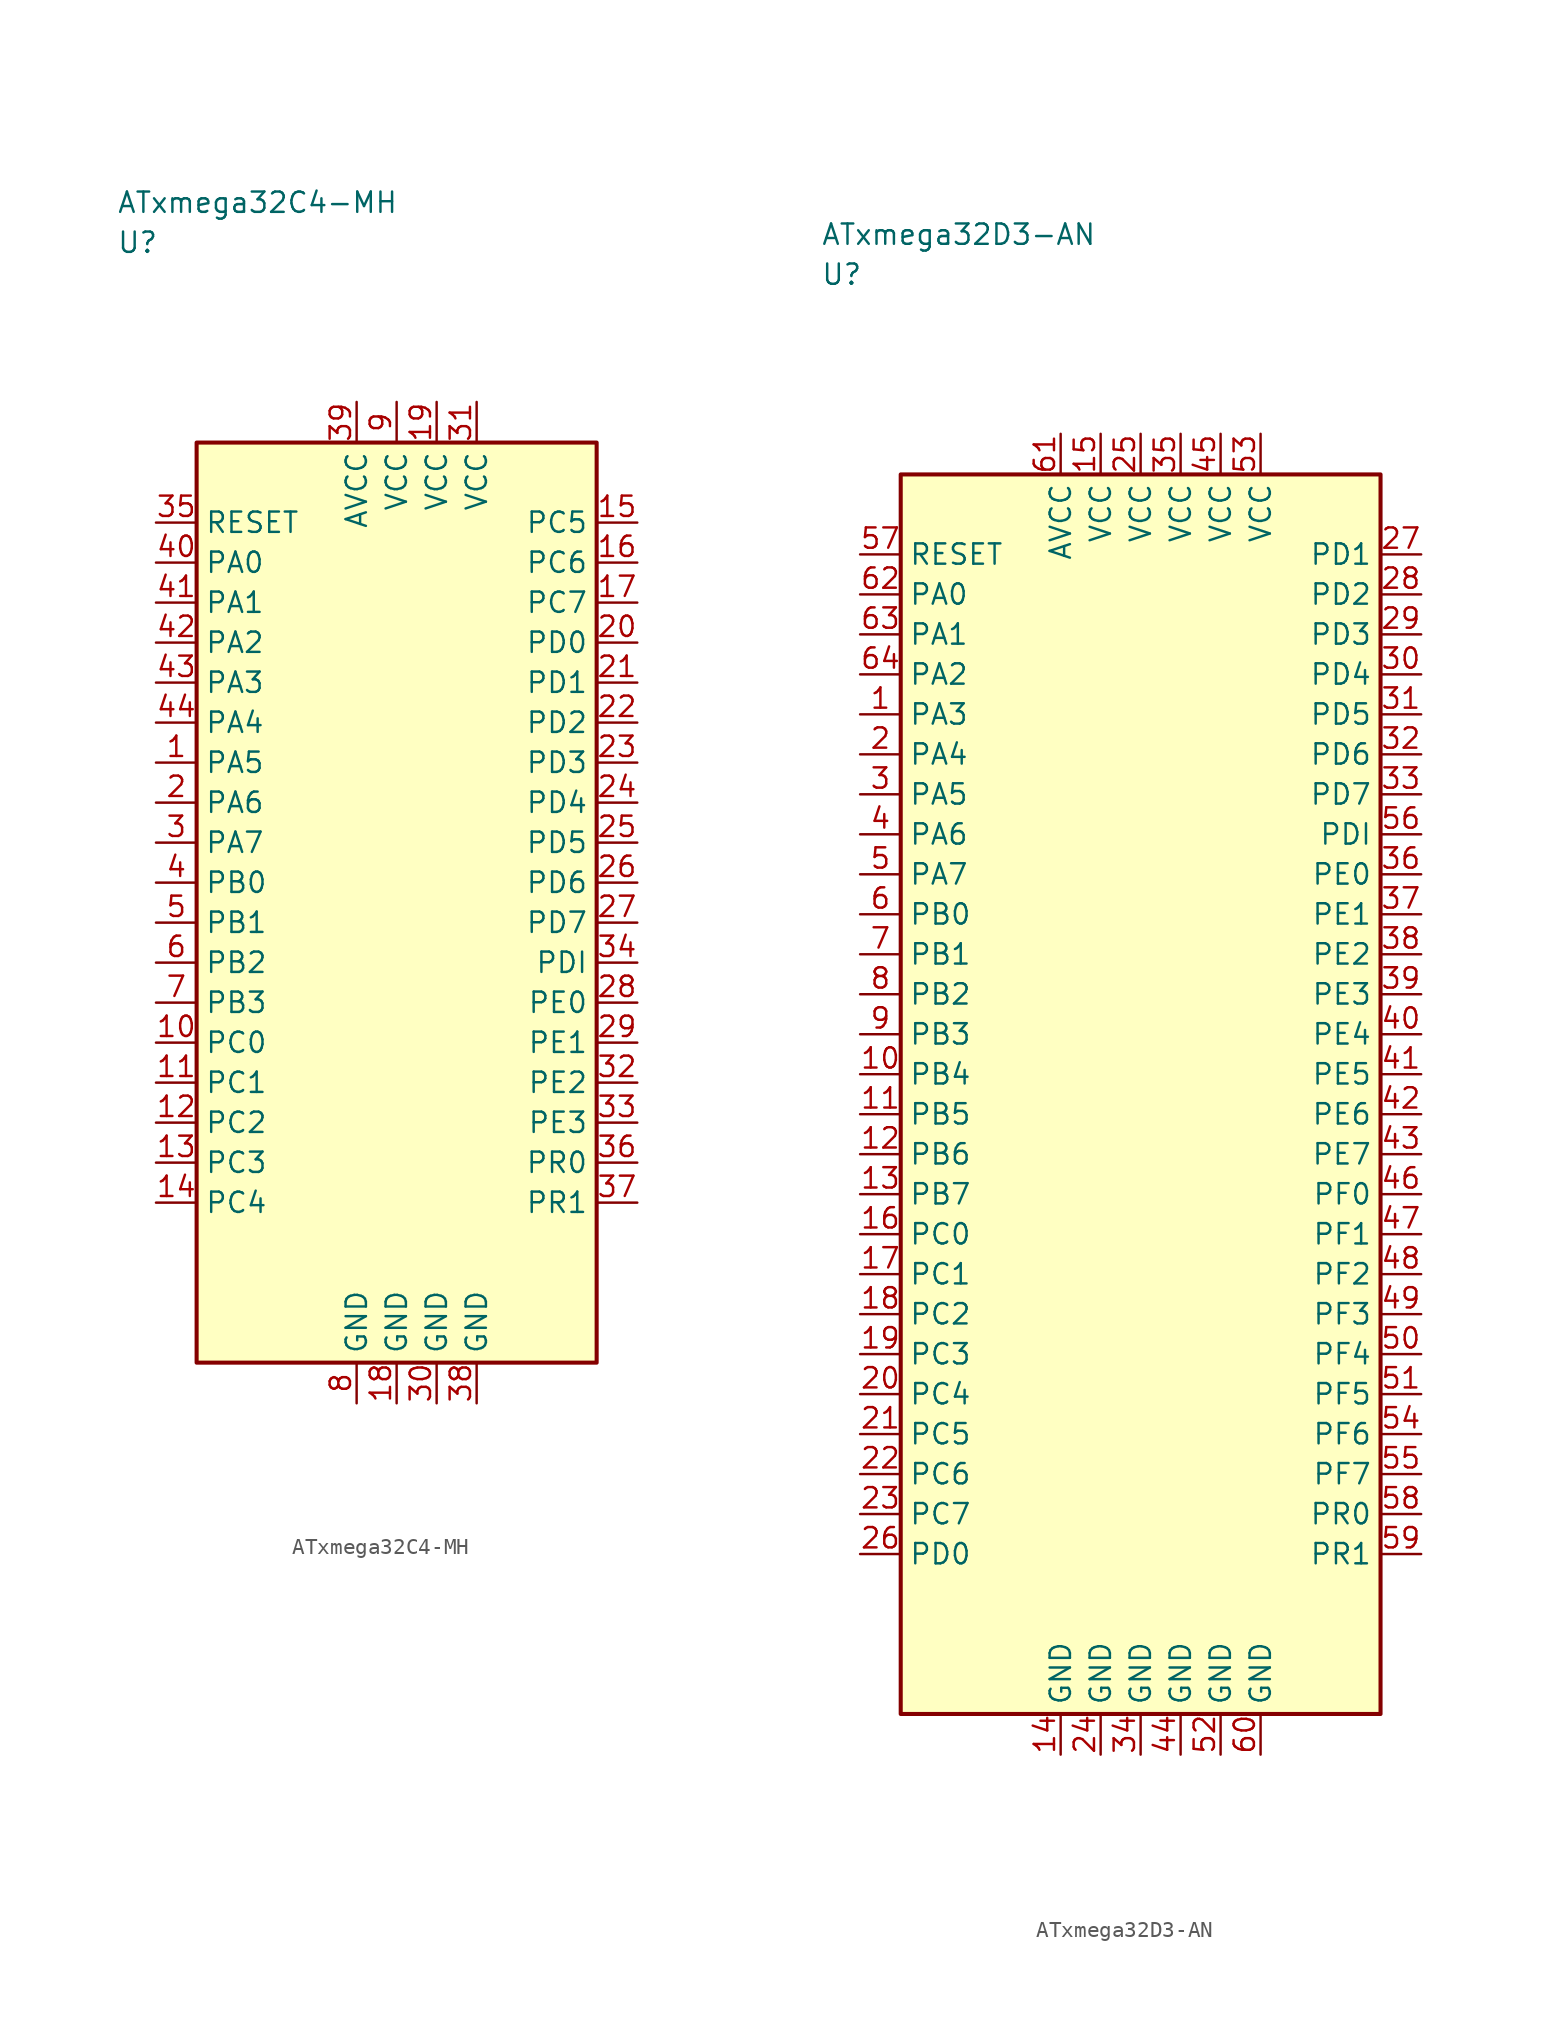
<source format=kicad_sym>
(kicad_symbol_lib
  (version 20241025)
  (generator "kicad_symbol_editor")
  (generator_version "8.0")
  (symbol "ATxmega32C4-MH"
    (property "Reference" "U"
      (at -17.5 41.25 0)
      (effects (font (size 1.27 1.27)) (justify left)))
    (property "Value" "ATxmega32C4-MH"
      (at -17.5 43.75 0)
      (effects (font (size 1.27 1.27)) (justify left)))
    (symbol "ATxmega32C4-MH_0_1"
      (rectangle (start -12.5 28.75) (end 12.5 -28.75) (stroke (width 0.254) (type default)) (fill (type background))))
    (symbol "ATxmega32C4-MH_1_1"
      (pin bidirectional line (at -15.04 8.75 0.0) (length 2.54) (name "PA5" (effects (font (size 1.27 1.27)))) (number "1" (effects (font (size 1.27 1.27)))))
      (pin bidirectional line (at -15.04 6.25 0.0) (length 2.54) (name "PA6" (effects (font (size 1.27 1.27)))) (number "2" (effects (font (size 1.27 1.27)))))
      (pin bidirectional line (at -15.04 3.75 0.0) (length 2.54) (name "PA7" (effects (font (size 1.27 1.27)))) (number "3" (effects (font (size 1.27 1.27)))))
      (pin bidirectional line (at -15.04 1.25 0.0) (length 2.54) (name "PB0" (effects (font (size 1.27 1.27)))) (number "4" (effects (font (size 1.27 1.27)))))
      (pin bidirectional line (at -15.04 -1.25 0.0) (length 2.54) (name "PB1" (effects (font (size 1.27 1.27)))) (number "5" (effects (font (size 1.27 1.27)))))
      (pin bidirectional line (at -15.04 -3.75 0.0) (length 2.54) (name "PB2" (effects (font (size 1.27 1.27)))) (number "6" (effects (font (size 1.27 1.27)))))
      (pin bidirectional line (at -15.04 -6.25 0.0) (length 2.54) (name "PB3" (effects (font (size 1.27 1.27)))) (number "7" (effects (font (size 1.27 1.27)))))
      (pin passive line (at -2.5 -31.29 90.0) (length 2.54) (name "GND" (effects (font (size 1.27 1.27)))) (number "8" (effects (font (size 1.27 1.27)))))
      (pin power_in line (at 0.0 31.29 270.0) (length 2.54) (name "VCC" (effects (font (size 1.27 1.27)))) (number "9" (effects (font (size 1.27 1.27)))))
      (pin bidirectional line (at -15.04 -8.75 0.0) (length 2.54) (name "PC0" (effects (font (size 1.27 1.27)))) (number "10" (effects (font (size 1.27 1.27)))))
      (pin bidirectional line (at -15.04 -11.25 0.0) (length 2.54) (name "PC1" (effects (font (size 1.27 1.27)))) (number "11" (effects (font (size 1.27 1.27)))))
      (pin bidirectional line (at -15.04 -13.75 0.0) (length 2.54) (name "PC2" (effects (font (size 1.27 1.27)))) (number "12" (effects (font (size 1.27 1.27)))))
      (pin bidirectional line (at -15.04 -16.25 0.0) (length 2.54) (name "PC3" (effects (font (size 1.27 1.27)))) (number "13" (effects (font (size 1.27 1.27)))))
      (pin bidirectional line (at -15.04 -18.75 0.0) (length 2.54) (name "PC4" (effects (font (size 1.27 1.27)))) (number "14" (effects (font (size 1.27 1.27)))))
      (pin bidirectional line (at 15.04 23.75 180.0) (length 2.54) (name "PC5" (effects (font (size 1.27 1.27)))) (number "15" (effects (font (size 1.27 1.27)))))
      (pin bidirectional line (at 15.04 21.25 180.0) (length 2.54) (name "PC6" (effects (font (size 1.27 1.27)))) (number "16" (effects (font (size 1.27 1.27)))))
      (pin bidirectional line (at 15.04 18.75 180.0) (length 2.54) (name "PC7" (effects (font (size 1.27 1.27)))) (number "17" (effects (font (size 1.27 1.27)))))
      (pin passive line (at 0.0 -31.29 90.0) (length 2.54) (name "GND" (effects (font (size 1.27 1.27)))) (number "18" (effects (font (size 1.27 1.27)))))
      (pin power_in line (at 2.5 31.29 270.0) (length 2.54) (name "VCC" (effects (font (size 1.27 1.27)))) (number "19" (effects (font (size 1.27 1.27)))))
      (pin bidirectional line (at 15.04 16.25 180.0) (length 2.54) (name "PD0" (effects (font (size 1.27 1.27)))) (number "20" (effects (font (size 1.27 1.27)))))
      (pin bidirectional line (at 15.04 13.75 180.0) (length 2.54) (name "PD1" (effects (font (size 1.27 1.27)))) (number "21" (effects (font (size 1.27 1.27)))))
      (pin bidirectional line (at 15.04 11.25 180.0) (length 2.54) (name "PD2" (effects (font (size 1.27 1.27)))) (number "22" (effects (font (size 1.27 1.27)))))
      (pin bidirectional line (at 15.04 8.75 180.0) (length 2.54) (name "PD3" (effects (font (size 1.27 1.27)))) (number "23" (effects (font (size 1.27 1.27)))))
      (pin bidirectional line (at 15.04 6.25 180.0) (length 2.54) (name "PD4" (effects (font (size 1.27 1.27)))) (number "24" (effects (font (size 1.27 1.27)))))
      (pin bidirectional line (at 15.04 3.75 180.0) (length 2.54) (name "PD5" (effects (font (size 1.27 1.27)))) (number "25" (effects (font (size 1.27 1.27)))))
      (pin bidirectional line (at 15.04 1.25 180.0) (length 2.54) (name "PD6" (effects (font (size 1.27 1.27)))) (number "26" (effects (font (size 1.27 1.27)))))
      (pin bidirectional line (at 15.04 -1.25 180.0) (length 2.54) (name "PD7" (effects (font (size 1.27 1.27)))) (number "27" (effects (font (size 1.27 1.27)))))
      (pin bidirectional line (at 15.04 -6.25 180.0) (length 2.54) (name "PE0" (effects (font (size 1.27 1.27)))) (number "28" (effects (font (size 1.27 1.27)))))
      (pin bidirectional line (at 15.04 -8.75 180.0) (length 2.54) (name "PE1" (effects (font (size 1.27 1.27)))) (number "29" (effects (font (size 1.27 1.27)))))
      (pin passive line (at 2.5 -31.29 90.0) (length 2.54) (name "GND" (effects (font (size 1.27 1.27)))) (number "30" (effects (font (size 1.27 1.27)))))
      (pin power_in line (at 5.0 31.29 270.0) (length 2.54) (name "VCC" (effects (font (size 1.27 1.27)))) (number "31" (effects (font (size 1.27 1.27)))))
      (pin bidirectional line (at 15.04 -11.25 180.0) (length 2.54) (name "PE2" (effects (font (size 1.27 1.27)))) (number "32" (effects (font (size 1.27 1.27)))))
      (pin bidirectional line (at 15.04 -13.75 180.0) (length 2.54) (name "PE3" (effects (font (size 1.27 1.27)))) (number "33" (effects (font (size 1.27 1.27)))))
      (pin bidirectional line (at 15.04 -3.75 180.0) (length 2.54) (name "PDI" (effects (font (size 1.27 1.27)))) (number "34" (effects (font (size 1.27 1.27)))))
      (pin input line (at -15.04 23.75 0.0) (length 2.54) (name "RESET" (effects (font (size 1.27 1.27)))) (number "35" (effects (font (size 1.27 1.27)))))
      (pin bidirectional line (at 15.04 -16.25 180.0) (length 2.54) (name "PR0" (effects (font (size 1.27 1.27)))) (number "36" (effects (font (size 1.27 1.27)))))
      (pin bidirectional line (at 15.04 -18.75 180.0) (length 2.54) (name "PR1" (effects (font (size 1.27 1.27)))) (number "37" (effects (font (size 1.27 1.27)))))
      (pin passive line (at 5.0 -31.29 90.0) (length 2.54) (name "GND" (effects (font (size 1.27 1.27)))) (number "38" (effects (font (size 1.27 1.27)))))
      (pin power_in line (at -2.5 31.29 270.0) (length 2.54) (name "AVCC" (effects (font (size 1.27 1.27)))) (number "39" (effects (font (size 1.27 1.27)))))
      (pin bidirectional line (at -15.04 21.25 0.0) (length 2.54) (name "PA0" (effects (font (size 1.27 1.27)))) (number "40" (effects (font (size 1.27 1.27)))))
      (pin bidirectional line (at -15.04 18.75 0.0) (length 2.54) (name "PA1" (effects (font (size 1.27 1.27)))) (number "41" (effects (font (size 1.27 1.27)))))
      (pin bidirectional line (at -15.04 16.25 0.0) (length 2.54) (name "PA2" (effects (font (size 1.27 1.27)))) (number "42" (effects (font (size 1.27 1.27)))))
      (pin bidirectional line (at -15.04 13.75 0.0) (length 2.54) (name "PA3" (effects (font (size 1.27 1.27)))) (number "43" (effects (font (size 1.27 1.27)))))
      (pin bidirectional line (at -15.04 11.25 0.0) (length 2.54) (name "PA4" (effects (font (size 1.27 1.27)))) (number "44" (effects (font (size 1.27 1.27)))))))
  (symbol "ATxmega32D3-AN"
    (property "Reference" "U"
      (at -20.0 51.25 0)
      (effects (font (size 1.27 1.27)) (justify left)))
    (property "Value" "ATxmega32D3-AN"
      (at -20.0 53.75 0)
      (effects (font (size 1.27 1.27)) (justify left)))
    (symbol "ATxmega32D3-AN_0_1"
      (rectangle (start -15.0 38.75) (end 15.0 -38.75) (stroke (width 0.254) (type default)) (fill (type background))))
    (symbol "ATxmega32D3-AN_1_1"
      (pin bidirectional line (at -17.54 23.75 0.0) (length 2.54) (name "PA3" (effects (font (size 1.27 1.27)))) (number "1" (effects (font (size 1.27 1.27)))))
      (pin bidirectional line (at -17.54 21.25 0.0) (length 2.54) (name "PA4" (effects (font (size 1.27 1.27)))) (number "2" (effects (font (size 1.27 1.27)))))
      (pin bidirectional line (at -17.54 18.75 0.0) (length 2.54) (name "PA5" (effects (font (size 1.27 1.27)))) (number "3" (effects (font (size 1.27 1.27)))))
      (pin bidirectional line (at -17.54 16.25 0.0) (length 2.54) (name "PA6" (effects (font (size 1.27 1.27)))) (number "4" (effects (font (size 1.27 1.27)))))
      (pin bidirectional line (at -17.54 13.75 0.0) (length 2.54) (name "PA7" (effects (font (size 1.27 1.27)))) (number "5" (effects (font (size 1.27 1.27)))))
      (pin bidirectional line (at -17.54 11.25 0.0) (length 2.54) (name "PB0" (effects (font (size 1.27 1.27)))) (number "6" (effects (font (size 1.27 1.27)))))
      (pin bidirectional line (at -17.54 8.75 0.0) (length 2.54) (name "PB1" (effects (font (size 1.27 1.27)))) (number "7" (effects (font (size 1.27 1.27)))))
      (pin bidirectional line (at -17.54 6.25 0.0) (length 2.54) (name "PB2" (effects (font (size 1.27 1.27)))) (number "8" (effects (font (size 1.27 1.27)))))
      (pin bidirectional line (at -17.54 3.75 0.0) (length 2.54) (name "PB3" (effects (font (size 1.27 1.27)))) (number "9" (effects (font (size 1.27 1.27)))))
      (pin bidirectional line (at -17.54 1.25 0.0) (length 2.54) (name "PB4" (effects (font (size 1.27 1.27)))) (number "10" (effects (font (size 1.27 1.27)))))
      (pin bidirectional line (at -17.54 -1.25 0.0) (length 2.54) (name "PB5" (effects (font (size 1.27 1.27)))) (number "11" (effects (font (size 1.27 1.27)))))
      (pin bidirectional line (at -17.54 -3.75 0.0) (length 2.54) (name "PB6" (effects (font (size 1.27 1.27)))) (number "12" (effects (font (size 1.27 1.27)))))
      (pin bidirectional line (at -17.54 -6.25 0.0) (length 2.54) (name "PB7" (effects (font (size 1.27 1.27)))) (number "13" (effects (font (size 1.27 1.27)))))
      (pin passive line (at -5.0 -41.29 90.0) (length 2.54) (name "GND" (effects (font (size 1.27 1.27)))) (number "14" (effects (font (size 1.27 1.27)))))
      (pin power_in line (at -2.5 41.29 270.0) (length 2.54) (name "VCC" (effects (font (size 1.27 1.27)))) (number "15" (effects (font (size 1.27 1.27)))))
      (pin bidirectional line (at -17.54 -8.75 0.0) (length 2.54) (name "PC0" (effects (font (size 1.27 1.27)))) (number "16" (effects (font (size 1.27 1.27)))))
      (pin bidirectional line (at -17.54 -11.25 0.0) (length 2.54) (name "PC1" (effects (font (size 1.27 1.27)))) (number "17" (effects (font (size 1.27 1.27)))))
      (pin bidirectional line (at -17.54 -13.75 0.0) (length 2.54) (name "PC2" (effects (font (size 1.27 1.27)))) (number "18" (effects (font (size 1.27 1.27)))))
      (pin bidirectional line (at -17.54 -16.25 0.0) (length 2.54) (name "PC3" (effects (font (size 1.27 1.27)))) (number "19" (effects (font (size 1.27 1.27)))))
      (pin bidirectional line (at -17.54 -18.75 0.0) (length 2.54) (name "PC4" (effects (font (size 1.27 1.27)))) (number "20" (effects (font (size 1.27 1.27)))))
      (pin bidirectional line (at -17.54 -21.25 0.0) (length 2.54) (name "PC5" (effects (font (size 1.27 1.27)))) (number "21" (effects (font (size 1.27 1.27)))))
      (pin bidirectional line (at -17.54 -23.75 0.0) (length 2.54) (name "PC6" (effects (font (size 1.27 1.27)))) (number "22" (effects (font (size 1.27 1.27)))))
      (pin bidirectional line (at -17.54 -26.25 0.0) (length 2.54) (name "PC7" (effects (font (size 1.27 1.27)))) (number "23" (effects (font (size 1.27 1.27)))))
      (pin passive line (at -2.5 -41.29 90.0) (length 2.54) (name "GND" (effects (font (size 1.27 1.27)))) (number "24" (effects (font (size 1.27 1.27)))))
      (pin power_in line (at 0.0 41.29 270.0) (length 2.54) (name "VCC" (effects (font (size 1.27 1.27)))) (number "25" (effects (font (size 1.27 1.27)))))
      (pin bidirectional line (at -17.54 -28.75 0.0) (length 2.54) (name "PD0" (effects (font (size 1.27 1.27)))) (number "26" (effects (font (size 1.27 1.27)))))
      (pin bidirectional line (at 17.54 33.75 180.0) (length 2.54) (name "PD1" (effects (font (size 1.27 1.27)))) (number "27" (effects (font (size 1.27 1.27)))))
      (pin bidirectional line (at 17.54 31.25 180.0) (length 2.54) (name "PD2" (effects (font (size 1.27 1.27)))) (number "28" (effects (font (size 1.27 1.27)))))
      (pin bidirectional line (at 17.54 28.75 180.0) (length 2.54) (name "PD3" (effects (font (size 1.27 1.27)))) (number "29" (effects (font (size 1.27 1.27)))))
      (pin bidirectional line (at 17.54 26.25 180.0) (length 2.54) (name "PD4" (effects (font (size 1.27 1.27)))) (number "30" (effects (font (size 1.27 1.27)))))
      (pin bidirectional line (at 17.54 23.75 180.0) (length 2.54) (name "PD5" (effects (font (size 1.27 1.27)))) (number "31" (effects (font (size 1.27 1.27)))))
      (pin bidirectional line (at 17.54 21.25 180.0) (length 2.54) (name "PD6" (effects (font (size 1.27 1.27)))) (number "32" (effects (font (size 1.27 1.27)))))
      (pin bidirectional line (at 17.54 18.75 180.0) (length 2.54) (name "PD7" (effects (font (size 1.27 1.27)))) (number "33" (effects (font (size 1.27 1.27)))))
      (pin passive line (at 0.0 -41.29 90.0) (length 2.54) (name "GND" (effects (font (size 1.27 1.27)))) (number "34" (effects (font (size 1.27 1.27)))))
      (pin power_in line (at 2.5 41.29 270.0) (length 2.54) (name "VCC" (effects (font (size 1.27 1.27)))) (number "35" (effects (font (size 1.27 1.27)))))
      (pin bidirectional line (at 17.54 13.75 180.0) (length 2.54) (name "PE0" (effects (font (size 1.27 1.27)))) (number "36" (effects (font (size 1.27 1.27)))))
      (pin bidirectional line (at 17.54 11.25 180.0) (length 2.54) (name "PE1" (effects (font (size 1.27 1.27)))) (number "37" (effects (font (size 1.27 1.27)))))
      (pin bidirectional line (at 17.54 8.75 180.0) (length 2.54) (name "PE2" (effects (font (size 1.27 1.27)))) (number "38" (effects (font (size 1.27 1.27)))))
      (pin bidirectional line (at 17.54 6.25 180.0) (length 2.54) (name "PE3" (effects (font (size 1.27 1.27)))) (number "39" (effects (font (size 1.27 1.27)))))
      (pin bidirectional line (at 17.54 3.75 180.0) (length 2.54) (name "PE4" (effects (font (size 1.27 1.27)))) (number "40" (effects (font (size 1.27 1.27)))))
      (pin bidirectional line (at 17.54 1.25 180.0) (length 2.54) (name "PE5" (effects (font (size 1.27 1.27)))) (number "41" (effects (font (size 1.27 1.27)))))
      (pin bidirectional line (at 17.54 -1.25 180.0) (length 2.54) (name "PE6" (effects (font (size 1.27 1.27)))) (number "42" (effects (font (size 1.27 1.27)))))
      (pin bidirectional line (at 17.54 -3.75 180.0) (length 2.54) (name "PE7" (effects (font (size 1.27 1.27)))) (number "43" (effects (font (size 1.27 1.27)))))
      (pin passive line (at 2.5 -41.29 90.0) (length 2.54) (name "GND" (effects (font (size 1.27 1.27)))) (number "44" (effects (font (size 1.27 1.27)))))
      (pin power_in line (at 5.0 41.29 270.0) (length 2.54) (name "VCC" (effects (font (size 1.27 1.27)))) (number "45" (effects (font (size 1.27 1.27)))))
      (pin bidirectional line (at 17.54 -6.25 180.0) (length 2.54) (name "PF0" (effects (font (size 1.27 1.27)))) (number "46" (effects (font (size 1.27 1.27)))))
      (pin bidirectional line (at 17.54 -8.75 180.0) (length 2.54) (name "PF1" (effects (font (size 1.27 1.27)))) (number "47" (effects (font (size 1.27 1.27)))))
      (pin bidirectional line (at 17.54 -11.25 180.0) (length 2.54) (name "PF2" (effects (font (size 1.27 1.27)))) (number "48" (effects (font (size 1.27 1.27)))))
      (pin bidirectional line (at 17.54 -13.75 180.0) (length 2.54) (name "PF3" (effects (font (size 1.27 1.27)))) (number "49" (effects (font (size 1.27 1.27)))))
      (pin bidirectional line (at 17.54 -16.25 180.0) (length 2.54) (name "PF4" (effects (font (size 1.27 1.27)))) (number "50" (effects (font (size 1.27 1.27)))))
      (pin bidirectional line (at 17.54 -18.75 180.0) (length 2.54) (name "PF5" (effects (font (size 1.27 1.27)))) (number "51" (effects (font (size 1.27 1.27)))))
      (pin passive line (at 5.0 -41.29 90.0) (length 2.54) (name "GND" (effects (font (size 1.27 1.27)))) (number "52" (effects (font (size 1.27 1.27)))))
      (pin power_in line (at 7.5 41.29 270.0) (length 2.54) (name "VCC" (effects (font (size 1.27 1.27)))) (number "53" (effects (font (size 1.27 1.27)))))
      (pin bidirectional line (at 17.54 -21.25 180.0) (length 2.54) (name "PF6" (effects (font (size 1.27 1.27)))) (number "54" (effects (font (size 1.27 1.27)))))
      (pin bidirectional line (at 17.54 -23.75 180.0) (length 2.54) (name "PF7" (effects (font (size 1.27 1.27)))) (number "55" (effects (font (size 1.27 1.27)))))
      (pin bidirectional line (at 17.54 16.25 180.0) (length 2.54) (name "PDI" (effects (font (size 1.27 1.27)))) (number "56" (effects (font (size 1.27 1.27)))))
      (pin input line (at -17.54 33.75 0.0) (length 2.54) (name "RESET" (effects (font (size 1.27 1.27)))) (number "57" (effects (font (size 1.27 1.27)))))
      (pin bidirectional line (at 17.54 -26.25 180.0) (length 2.54) (name "PR0" (effects (font (size 1.27 1.27)))) (number "58" (effects (font (size 1.27 1.27)))))
      (pin bidirectional line (at 17.54 -28.75 180.0) (length 2.54) (name "PR1" (effects (font (size 1.27 1.27)))) (number "59" (effects (font (size 1.27 1.27)))))
      (pin passive line (at 7.5 -41.29 90.0) (length 2.54) (name "GND" (effects (font (size 1.27 1.27)))) (number "60" (effects (font (size 1.27 1.27)))))
      (pin power_in line (at -5.0 41.29 270.0) (length 2.54) (name "AVCC" (effects (font (size 1.27 1.27)))) (number "61" (effects (font (size 1.27 1.27)))))
      (pin bidirectional line (at -17.54 31.25 0.0) (length 2.54) (name "PA0" (effects (font (size 1.27 1.27)))) (number "62" (effects (font (size 1.27 1.27)))))
      (pin bidirectional line (at -17.54 28.75 0.0) (length 2.54) (name "PA1" (effects (font (size 1.27 1.27)))) (number "63" (effects (font (size 1.27 1.27)))))
      (pin bidirectional line (at -17.54 26.25 0.0) (length 2.54) (name "PA2" (effects (font (size 1.27 1.27)))) (number "64" (effects (font (size 1.27 1.27))))))))
</source>
